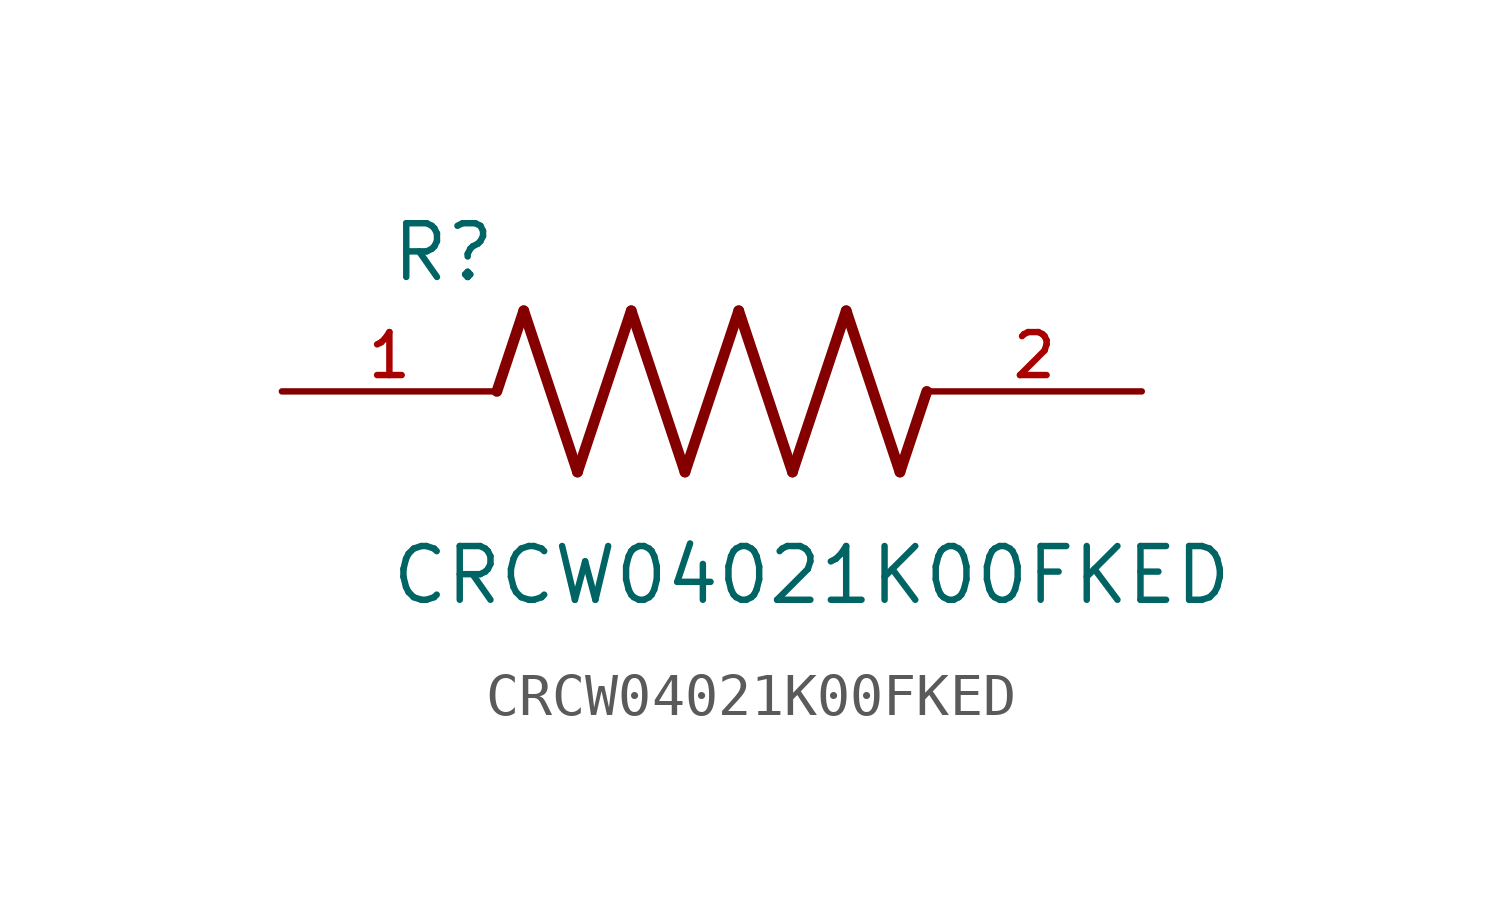
<source format=kicad_sym>
(kicad_symbol_lib
  (version 20211014)
  (generator kicad_symbol_editor)
  (symbol "CRCW04021K00FKED"
    (pin_names
      (offset 1.016))
    (property "Reference" "R"
      (at -7.624 2.541 0)
      (effects (font (size 1.27 1.27)) (justify bottom left)))
    (property "Value" "CRCW04021K00FKED"
      (at -7.63 -5.087 0)
      (effects (font (size 1.27 1.27)) (justify bottom left)))
    (symbol "CRCW04021K00FKED_0_0"
      (polyline (pts (xy -5.08 0.0) (xy -4.445 1.905)) (stroke (width 0.254)))
      (polyline (pts (xy -4.445 1.905) (xy -3.175 -1.905)) (stroke (width 0.254)))
      (polyline (pts (xy -3.175 -1.905) (xy -1.905 1.905)) (stroke (width 0.254)))
      (polyline (pts (xy -1.905 1.905) (xy -0.635 -1.905)) (stroke (width 0.254)))
      (polyline (pts (xy -0.635 -1.905) (xy 0.635 1.905)) (stroke (width 0.254)))
      (polyline (pts (xy 0.635 1.905) (xy 1.905 -1.905)) (stroke (width 0.254)))
      (polyline (pts (xy 1.905 -1.905) (xy 3.175 1.905)) (stroke (width 0.254)))
      (polyline (pts (xy 3.175 1.905) (xy 4.445 -1.905)) (stroke (width 0.254)))
      (polyline (pts (xy 4.445 -1.905) (xy 5.08 0.0)) (stroke (width 0.254)))
      (pin passive line (at -10.16 0.0 0) (length 5.08) (name "~" (effects (font (size 1.016 1.016)))) (number "1" (effects (font (size 1.016 1.016)))))
      (pin passive line (at 10.16 0.0 180.0) (length 5.08) (name "~" (effects (font (size 1.016 1.016)))) (number "2" (effects (font (size 1.016 1.016))))))))
</source>
